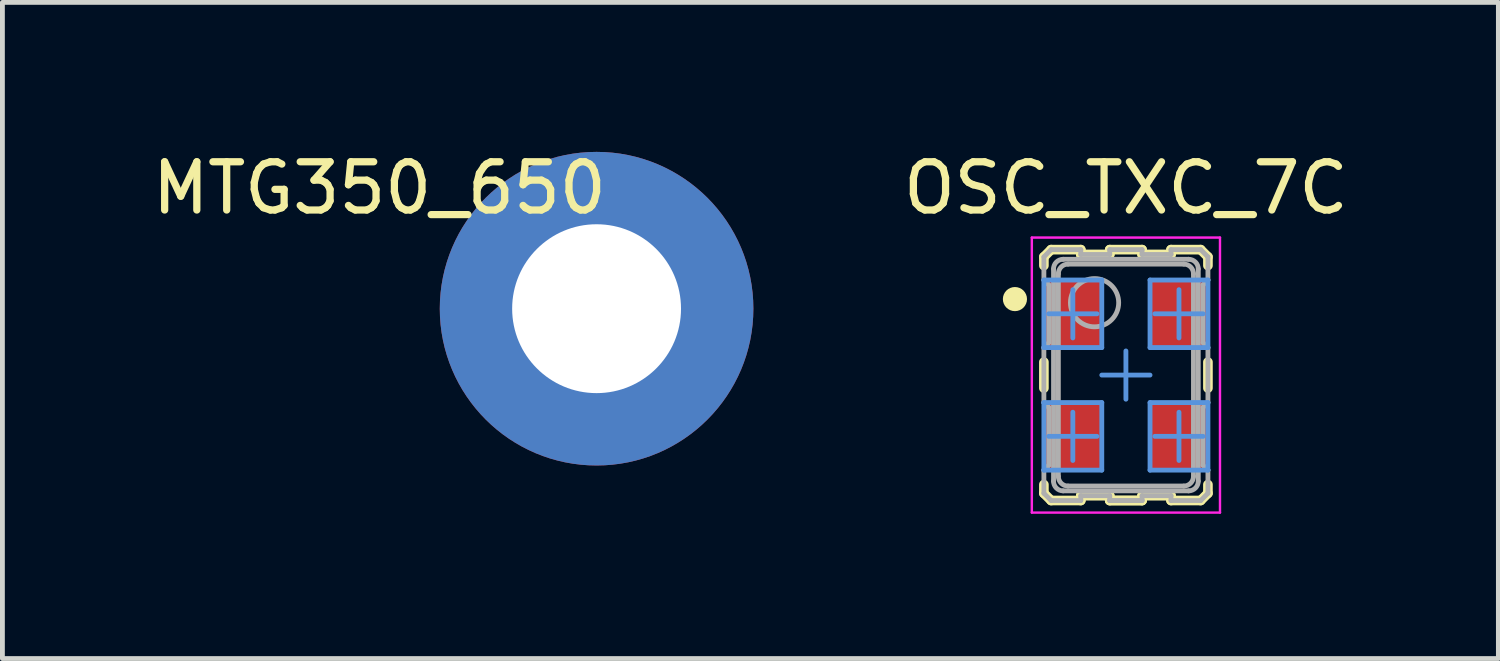
<source format=kicad_pcb>
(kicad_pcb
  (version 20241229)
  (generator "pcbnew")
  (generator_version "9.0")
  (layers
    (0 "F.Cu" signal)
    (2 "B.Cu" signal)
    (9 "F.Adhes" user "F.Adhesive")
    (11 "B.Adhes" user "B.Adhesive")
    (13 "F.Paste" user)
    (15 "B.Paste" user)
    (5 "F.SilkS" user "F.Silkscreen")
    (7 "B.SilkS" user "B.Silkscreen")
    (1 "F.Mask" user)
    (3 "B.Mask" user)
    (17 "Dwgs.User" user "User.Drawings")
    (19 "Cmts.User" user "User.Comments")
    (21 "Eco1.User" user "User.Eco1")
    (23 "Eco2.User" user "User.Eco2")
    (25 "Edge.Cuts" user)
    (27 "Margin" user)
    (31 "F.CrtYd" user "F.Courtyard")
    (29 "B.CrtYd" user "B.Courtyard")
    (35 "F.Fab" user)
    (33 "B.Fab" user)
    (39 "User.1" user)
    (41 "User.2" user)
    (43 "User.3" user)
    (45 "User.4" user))
  (footprint "OSC_TXC_7C"
    (layer "F.Cu")
    (at 20.286 4.724)
    (property "Reference" "OSC_TXC_7C" (at 0 -3.876 0) (layer "F.SilkS") (effects (font (size 1 1) (thickness 0.15))))
    (attr smd)
    (fp_line (start -1.7 -2.45) (end -1.55 -2.6) (stroke (width 0.2) (type solid)) (layer "F.SilkS"))
    (fp_line (start -1.7 -2.27) (end -1.7 -2.45) (stroke (width 0.2) (type solid)) (layer "F.SilkS"))
    (fp_line (start -1.7 0.27) (end -1.7 -0.27) (stroke (width 0.2) (type solid)) (layer "F.SilkS"))
    (fp_line (start -1.7 2.45) (end -1.7 2.27) (stroke (width 0.2) (type solid)) (layer "F.SilkS"))
    (fp_line (start -1.7 2.45) (end -1.55 2.6) (stroke (width 0.2) (type solid)) (layer "F.SilkS"))
    (fp_line (start -1.55 -2.6) (end -0.935 -2.6) (stroke (width 0.2) (type solid)) (layer "F.SilkS"))
    (fp_line (start -1.55 2.6) (end -0.935 2.6) (stroke (width 0.2) (type solid)) (layer "F.SilkS"))
    (fp_line (start -0.935 -2.5) (end -0.935 -2.6) (stroke (width 0.2) (type solid)) (layer "F.SilkS"))
    (fp_line (start -0.935 -2.5) (end -0.335 -2.5) (stroke (width 0.2) (type solid)) (layer "F.SilkS"))
    (fp_line (start -0.935 2.5) (end -0.335 2.5) (stroke (width 0.2) (type solid)) (layer "F.SilkS"))
    (fp_line (start -0.935 2.6) (end -0.935 2.5) (stroke (width 0.2) (type solid)) (layer "F.SilkS"))
    (fp_line (start -0.335 -2.6) (end 0.335 -2.6) (stroke (width 0.2) (type solid)) (layer "F.SilkS"))
    (fp_line (start -0.335 -2.5) (end -0.335 -2.6) (stroke (width 0.2) (type solid)) (layer "F.SilkS"))
    (fp_line (start -0.335 2.6) (end -0.335 2.5) (stroke (width 0.2) (type solid)) (layer "F.SilkS"))
    (fp_line (start -0.335 2.6) (end 0.335 2.6) (stroke (width 0.2) (type solid)) (layer "F.SilkS"))
    (fp_line (start -0.335 2.6) (end 0.335 2.6) (stroke (width 0.2) (type solid)) (layer "F.SilkS"))
    (fp_line (start 0.335 -2.5) (end 0.335 -2.6) (stroke (width 0.2) (type solid)) (layer "F.SilkS"))
    (fp_line (start 0.335 -2.5) (end 0.935 -2.5) (stroke (width 0.2) (type solid)) (layer "F.SilkS"))
    (fp_line (start 0.335 2.5) (end 0.935 2.5) (stroke (width 0.2) (type solid)) (layer "F.SilkS"))
    (fp_line (start 0.335 2.6) (end 0.335 2.5) (stroke (width 0.2) (type solid)) (layer "F.SilkS"))
    (fp_line (start 0.935 -2.6) (end 1.55 -2.6) (stroke (width 0.2) (type solid)) (layer "F.SilkS"))
    (fp_line (start 0.935 -2.5) (end 0.935 -2.6) (stroke (width 0.2) (type solid)) (layer "F.SilkS"))
    (fp_line (start 0.935 2.6) (end 0.935 2.5) (stroke (width 0.2) (type solid)) (layer "F.SilkS"))
    (fp_line (start 0.935 2.6) (end 1.55 2.6) (stroke (width 0.2) (type solid)) (layer "F.SilkS"))
    (fp_line (start 1.55 -2.6) (end 1.7 -2.45) (stroke (width 0.2) (type solid)) (layer "F.SilkS"))
    (fp_line (start 1.55 2.6) (end 1.7 2.45) (stroke (width 0.2) (type solid)) (layer "F.SilkS"))
    (fp_line (start 1.7 -2.27) (end 1.7 -2.45) (stroke (width 0.2) (type solid)) (layer "F.SilkS"))
    (fp_line (start 1.7 0.27) (end 1.7 -0.27) (stroke (width 0.2) (type solid)) (layer "F.SilkS"))
    (fp_line (start 1.7 2.45) (end 1.7 2.27) (stroke (width 0.2) (type solid)) (layer "F.SilkS"))
    (fp_circle (center -2.3 -1.575) (end -2.175 -1.575) (stroke (width 0.25) (type solid)) (fill no) (layer "F.SilkS"))
    (fp_line (start -1.7 -1.97) (end -0.5 -1.97) (stroke (width 0.1) (type solid)) (layer "Cmts.User"))
    (fp_line (start -1.7 -0.57) (end -1.7 -1.97) (stroke (width 0.1) (type solid)) (layer "Cmts.User"))
    (fp_line (start -1.7 -0.57) (end -0.5 -0.57) (stroke (width 0.1) (type solid)) (layer "Cmts.User"))
    (fp_line (start -1.7 0.57) (end -0.5 0.57) (stroke (width 0.1) (type solid)) (layer "Cmts.User"))
    (fp_line (start -1.7 1.97) (end -1.7 0.57) (stroke (width 0.1) (type solid)) (layer "Cmts.User"))
    (fp_line (start -1.7 1.97) (end -0.5 1.97) (stroke (width 0.1) (type solid)) (layer "Cmts.User"))
    (fp_line (start -1.6 -1.27) (end -1.1 -1.27) (stroke (width 0.1) (type solid)) (layer "Cmts.User"))
    (fp_line (start -1.6 1.27) (end -1.1 1.27) (stroke (width 0.1) (type solid)) (layer "Cmts.User"))
    (fp_line (start -1.1 -1.27) (end -1.1 -1.77) (stroke (width 0.1) (type solid)) (layer "Cmts.User"))
    (fp_line (start -1.1 -1.27) (end -0.6 -1.27) (stroke (width 0.1) (type solid)) (layer "Cmts.User"))
    (fp_line (start -1.1 -0.77) (end -1.1 -1.27) (stroke (width 0.1) (type solid)) (layer "Cmts.User"))
    (fp_line (start -1.1 1.27) (end -1.1 0.77) (stroke (width 0.1) (type solid)) (layer "Cmts.User"))
    (fp_line (start -1.1 1.27) (end -0.6 1.27) (stroke (width 0.1) (type solid)) (layer "Cmts.User"))
    (fp_line (start -1.1 1.77) (end -1.1 1.27) (stroke (width 0.1) (type solid)) (layer "Cmts.User"))
    (fp_line (start -0.5 -0.57) (end -0.5 -1.97) (stroke (width 0.1) (type solid)) (layer "Cmts.User"))
    (fp_line (start -0.5 0) (end 0 0) (stroke (width 0.1) (type solid)) (layer "Cmts.User"))
    (fp_line (start -0.5 1.97) (end -0.5 0.57) (stroke (width 0.1) (type solid)) (layer "Cmts.User"))
    (fp_line (start 0 0) (end 0 -0.5) (stroke (width 0.1) (type solid)) (layer "Cmts.User"))
    (fp_line (start 0 0) (end 0.5 0) (stroke (width 0.1) (type solid)) (layer "Cmts.User"))
    (fp_line (start 0 0.5) (end 0 0) (stroke (width 0.1) (type solid)) (layer "Cmts.User"))
    (fp_line (start 0.5 -1.97) (end 1.7 -1.97) (stroke (width 0.1) (type solid)) (layer "Cmts.User"))
    (fp_line (start 0.5 -0.57) (end 0.5 -1.97) (stroke (width 0.1) (type solid)) (layer "Cmts.User"))
    (fp_line (start 0.5 -0.57) (end 1.7 -0.57) (stroke (width 0.1) (type solid)) (layer "Cmts.User"))
    (fp_line (start 0.5 0.57) (end 1.7 0.57) (stroke (width 0.1) (type solid)) (layer "Cmts.User"))
    (fp_line (start 0.5 1.97) (end 0.5 0.57) (stroke (width 0.1) (type solid)) (layer "Cmts.User"))
    (fp_line (start 0.5 1.97) (end 1.7 1.97) (stroke (width 0.1) (type solid)) (layer "Cmts.User"))
    (fp_line (start 0.6 -1.27) (end 1.1 -1.27) (stroke (width 0.1) (type solid)) (layer "Cmts.User"))
    (fp_line (start 0.6 1.27) (end 1.1 1.27) (stroke (width 0.1) (type solid)) (layer "Cmts.User"))
    (fp_line (start 1.1 -1.27) (end 1.1 -1.77) (stroke (width 0.1) (type solid)) (layer "Cmts.User"))
    (fp_line (start 1.1 -1.27) (end 1.6 -1.27) (stroke (width 0.1) (type solid)) (layer "Cmts.User"))
    (fp_line (start 1.1 -0.77) (end 1.1 -1.27) (stroke (width 0.1) (type solid)) (layer "Cmts.User"))
    (fp_line (start 1.1 1.27) (end 1.1 0.77) (stroke (width 0.1) (type solid)) (layer "Cmts.User"))
    (fp_line (start 1.1 1.27) (end 1.6 1.27) (stroke (width 0.1) (type solid)) (layer "Cmts.User"))
    (fp_line (start 1.1 1.77) (end 1.1 1.27) (stroke (width 0.1) (type solid)) (layer "Cmts.User"))
    (fp_line (start 1.7 -0.57) (end 1.7 -1.97) (stroke (width 0.1) (type solid)) (layer "Cmts.User"))
    (fp_line (start 1.7 1.97) (end 1.7 0.57) (stroke (width 0.1) (type solid)) (layer "Cmts.User"))
    (fp_line (start -1.95 -2.85) (end 1.95 -2.85) (stroke (width 0.05) (type solid)) (layer "F.CrtYd"))
    (fp_line (start -1.95 2.85) (end -1.95 -2.85) (stroke (width 0.05) (type solid)) (layer "F.CrtYd"))
    (fp_line (start -1.95 2.85) (end 1.95 2.85) (stroke (width 0.05) (type solid)) (layer "F.CrtYd"))
    (fp_line (start 1.95 2.85) (end 1.95 -2.85) (stroke (width 0.05) (type solid)) (layer "F.CrtYd"))
    (fp_line (start -1.7 -2.45) (end -1.55 -2.6) (stroke (width 0.1) (type solid)) (layer "F.Fab"))
    (fp_line (start -1.7 -1.97) (end -1.7 -2.45) (stroke (width 0.1) (type solid)) (layer "F.Fab"))
    (fp_line (start -1.7 -1.97) (end -1.6 -1.87) (stroke (width 0.1) (type solid)) (layer "F.Fab"))
    (fp_line (start -1.7 -0.57) (end -1.6 -0.67) (stroke (width 0.1) (type solid)) (layer "F.Fab"))
    (fp_line (start -1.7 0.57) (end -1.7 -0.57) (stroke (width 0.1) (type solid)) (layer "F.Fab"))
    (fp_line (start -1.7 0.57) (end -1.6 0.67) (stroke (width 0.1) (type solid)) (layer "F.Fab"))
    (fp_line (start -1.7 1.97) (end -1.6 1.87) (stroke (width 0.1) (type solid)) (layer "F.Fab"))
    (fp_line (start -1.7 2.45) (end -1.7 1.97) (stroke (width 0.1) (type solid)) (layer "F.Fab"))
    (fp_line (start -1.7 2.45) (end -1.55 2.6) (stroke (width 0.1) (type solid)) (layer "F.Fab"))
    (fp_line (start -1.6 -0.67) (end -1.6 -1.87) (stroke (width 0.1) (type solid)) (layer "F.Fab"))
    (fp_line (start -1.6 1.87) (end -1.6 0.67) (stroke (width 0.1) (type solid)) (layer "F.Fab"))
    (fp_line (start -1.55 -2.6) (end -0.935 -2.6) (stroke (width 0.1) (type solid)) (layer "F.Fab"))
    (fp_line (start -1.55 2.6) (end -0.935 2.6) (stroke (width 0.1) (type solid)) (layer "F.Fab"))
    (fp_line (start -1.5 2.2) (end -1.5 -2.2) (stroke (width 0.1) (type solid)) (layer "F.Fab"))
    (fp_line (start -1.4 2.1) (end -1.4 -2.1) (stroke (width 0.1) (type solid)) (layer "F.Fab"))
    (fp_line (start -1.3 -2.4) (end 1.3 -2.4) (stroke (width 0.1) (type solid)) (layer "F.Fab"))
    (fp_line (start -1.3 2.4) (end 1.3 2.4) (stroke (width 0.1) (type solid)) (layer "F.Fab"))
    (fp_line (start -1.2 -2.3) (end 1.2 -2.3) (stroke (width 0.1) (type solid)) (layer "F.Fab"))
    (fp_line (start -1.2 2.3) (end 1.2 2.3) (stroke (width 0.1) (type solid)) (layer "F.Fab"))
    (fp_line (start -0.935 -2.5) (end -0.935 -2.6) (stroke (width 0.1) (type solid)) (layer "F.Fab"))
    (fp_line (start -0.935 -2.5) (end -0.335 -2.5) (stroke (width 0.1) (type solid)) (layer "F.Fab"))
    (fp_line (start -0.935 2.5) (end -0.335 2.5) (stroke (width 0.1) (type solid)) (layer "F.Fab"))
    (fp_line (start -0.935 2.6) (end -0.935 2.5) (stroke (width 0.1) (type solid)) (layer "F.Fab"))
    (fp_line (start -0.335 -2.6) (end 0.335 -2.6) (stroke (width 0.1) (type solid)) (layer "F.Fab"))
    (fp_line (start -0.335 -2.5) (end -0.335 -2.6) (stroke (width 0.1) (type solid)) (layer "F.Fab"))
    (fp_line (start -0.335 2.6) (end -0.335 2.5) (stroke (width 0.1) (type solid)) (layer "F.Fab"))
    (fp_line (start -0.335 2.6) (end 0.335 2.6) (stroke (width 0.1) (type solid)) (layer "F.Fab"))
    (fp_line (start -0.335 2.6) (end 0.335 2.6) (stroke (width 0.1) (type solid)) (layer "F.Fab"))
    (fp_line (start 0.335 -2.5) (end 0.335 -2.6) (stroke (width 0.1) (type solid)) (layer "F.Fab"))
    (fp_line (start 0.335 -2.5) (end 0.935 -2.5) (stroke (width 0.1) (type solid)) (layer "F.Fab"))
    (fp_line (start 0.335 2.5) (end 0.935 2.5) (stroke (width 0.1) (type solid)) (layer "F.Fab"))
    (fp_line (start 0.335 2.6) (end 0.335 2.5) (stroke (width 0.1) (type solid)) (layer "F.Fab"))
    (fp_line (start 0.935 -2.6) (end 1.55 -2.6) (stroke (width 0.1) (type solid)) (layer "F.Fab"))
    (fp_line (start 0.935 -2.5) (end 0.935 -2.6) (stroke (width 0.1) (type solid)) (layer "F.Fab"))
    (fp_line (start 0.935 2.6) (end 0.935 2.5) (stroke (width 0.1) (type solid)) (layer "F.Fab"))
    (fp_line (start 0.935 2.6) (end 1.55 2.6) (stroke (width 0.1) (type solid)) (layer "F.Fab"))
    (fp_line (start 1.4 2.1) (end 1.4 -2.1) (stroke (width 0.1) (type solid)) (layer "F.Fab"))
    (fp_line (start 1.5 2.2) (end 1.5 -2.2) (stroke (width 0.1) (type solid)) (layer "F.Fab"))
    (fp_line (start 1.55 -2.6) (end 1.7 -2.45) (stroke (width 0.1) (type solid)) (layer "F.Fab"))
    (fp_line (start 1.55 2.6) (end 1.7 2.45) (stroke (width 0.1) (type solid)) (layer "F.Fab"))
    (fp_line (start 1.6 -1.87) (end 1.7 -1.97) (stroke (width 0.1) (type solid)) (layer "F.Fab"))
    (fp_line (start 1.6 -0.67) (end 1.6 -1.87) (stroke (width 0.1) (type solid)) (layer "F.Fab"))
    (fp_line (start 1.6 -0.67) (end 1.7 -0.57) (stroke (width 0.1) (type solid)) (layer "F.Fab"))
    (fp_line (start 1.6 0.67) (end 1.6 1.87) (stroke (width 0.1) (type solid)) (layer "F.Fab"))
    (fp_line (start 1.6 0.67) (end 1.7 0.57) (stroke (width 0.1) (type solid)) (layer "F.Fab"))
    (fp_line (start 1.6 1.87) (end 1.7 1.97) (stroke (width 0.1) (type solid)) (layer "F.Fab"))
    (fp_line (start 1.7 -1.97) (end 1.7 -2.45) (stroke (width 0.1) (type solid)) (layer "F.Fab"))
    (fp_line (start 1.7 0.57) (end 1.7 -0.57) (stroke (width 0.1) (type solid)) (layer "F.Fab"))
    (fp_line (start 1.7 1.97) (end 1.7 2.45) (stroke (width 0.1) (type solid)) (layer "F.Fab"))
    (fp_arc (start -1.5 -2.2) (mid -1.441421 -2.341421) (end -1.3 -2.4) (stroke (width 0.1) (type solid)) (layer "F.Fab"))
    (fp_arc (start -1.4 -2.1) (mid -1.341421 -2.241421) (end -1.2 -2.3) (stroke (width 0.1) (type solid)) (layer "F.Fab"))
    (fp_arc (start -1.3 2.4) (mid -1.441421 2.341421) (end -1.5 2.2) (stroke (width 0.1) (type solid)) (layer "F.Fab"))
    (fp_arc (start -1.2 2.3) (mid -1.341421 2.241421) (end -1.4 2.1) (stroke (width 0.1) (type solid)) (layer "F.Fab"))
    (fp_arc (start 1.2 -2.3) (mid 1.341421 -2.241421) (end 1.4 -2.1) (stroke (width 0.1) (type solid)) (layer "F.Fab"))
    (fp_arc (start 1.3 -2.4) (mid 1.441421 -2.341421) (end 1.5 -2.2) (stroke (width 0.1) (type solid)) (layer "F.Fab"))
    (fp_arc (start 1.4 2.1) (mid 1.341421 2.241421) (end 1.2 2.3) (stroke (width 0.1) (type solid)) (layer "F.Fab"))
    (fp_arc (start 1.5 2.2) (mid 1.441421 2.341421) (end 1.3 2.4) (stroke (width 0.1) (type solid)) (layer "F.Fab"))
    (fp_circle (center -0.65 -1.5) (end -0.15 -1.5) (stroke (width 0.1) (type solid)) (fill no) (layer "F.Fab"))
    (pad "1" smd rect (at -1.1 -1.27) (size 1.2 1.4) (layers "F.Cu" "F.Mask" "F.Paste"))
    (pad "2" smd rect (at -1.1 1.27) (size 1.2 1.4) (layers "F.Cu" "F.Mask" "F.Paste"))
    (pad "3" smd rect (at 1.1 1.27) (size 1.2 1.4) (layers "F.Cu" "F.Mask" "F.Paste"))
    (pad "4" smd rect (at 1.1 -1.27) (size 1.2 1.4) (layers "F.Cu" "F.Mask" "F.Paste")))
  (footprint "MTG350_650"
    (layer "F.Cu")
    (at 9.315 3.348)
    (property "Reference" "MTG350_650" (at -4.5 -2.5 0) (layer "F.SilkS") (effects (font (size 1 1) (thickness 0.15))))
    (attr through_hole)
    (pad "1" thru_hole circle (at 0 0) (size 6.5 6.5) (drill 3.5) (layers "*.Cu" "*.Mask")))
  (gr_rect
    (start -3 -3)
    (end 28.006 10.599)
    (stroke (width 0.1) (type default))
    (fill no)
    (layer "Edge.Cuts")))
</source>
